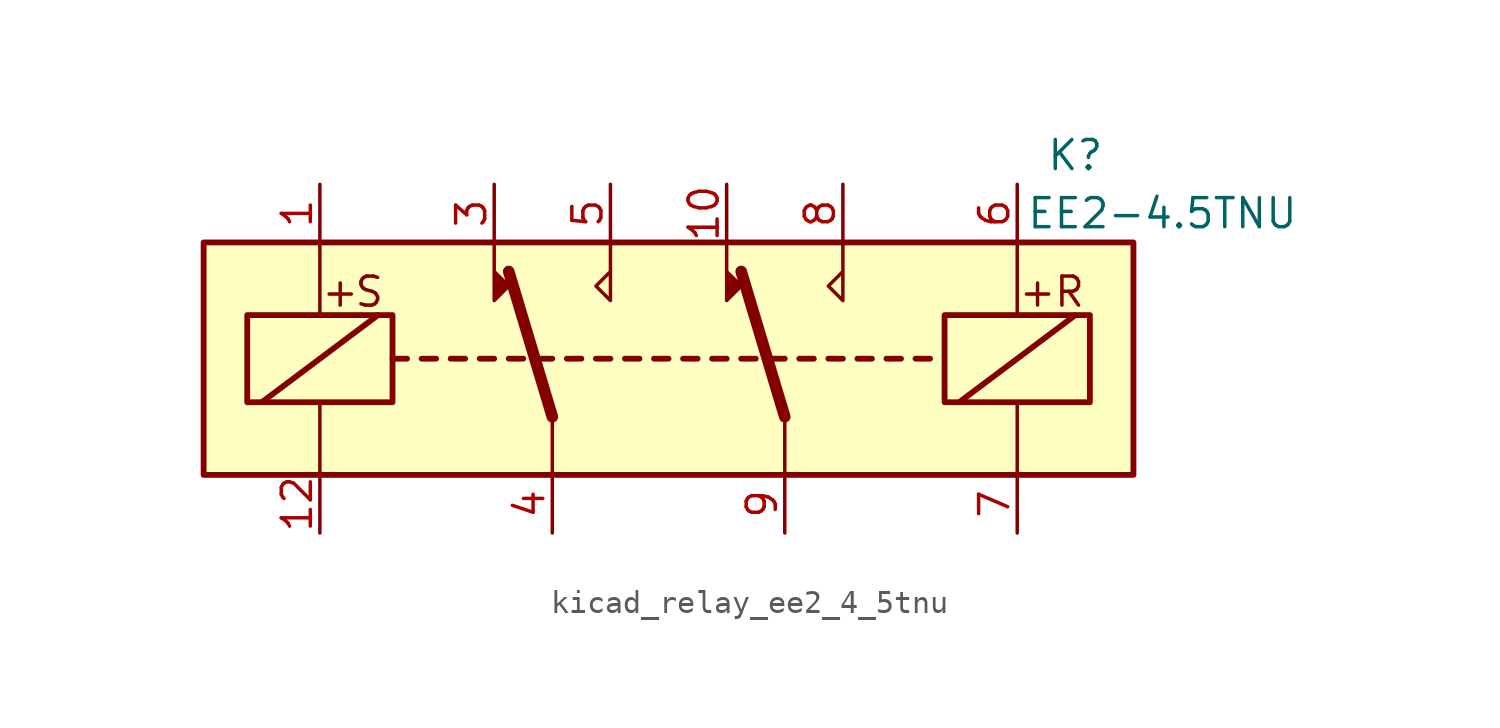
<source format=kicad_sym>
(kicad_symbol_lib
  (version 20220914)
  (generator kicad_symbol_editor)
  (symbol "kicad_relay_ee2_4_5tnu"
    (property "Reference" "K"
      (at 17.78 8.89 0)
      (effects (font (size 1.27 1.27))))
    (property "Value" "EE2-4.5TNU"
      (at 21.59 6.35 0)
      (effects (font (size 1.27 1.27))))
    (symbol "kicad_relay_ee2_4_5tnu_1_1"
      (rectangle (start -20.32 5.08) (end 20.32 -5.08) (stroke (width 0.254) (type default)) (fill (type background)))
      (rectangle (start -18.415 1.905) (end -12.065 -1.905) (stroke (width 0.254) (type default)) (fill (type none)))
      (polyline (pts (xy -17.78 -1.905) (xy -12.7 1.905)) (stroke (width 0.254) (type default)) (fill (type none)))
      (polyline (pts (xy -15.24 -5.08) (xy -15.24 -1.905)) (stroke (width 0) (type default)) (fill (type none)))
      (polyline (pts (xy -15.24 5.08) (xy -15.24 1.905)) (stroke (width 0) (type default)) (fill (type none)))
      (polyline (pts (xy -12.065 0) (xy -11.43 0)) (stroke (width 0.254) (type default)) (fill (type none)))
      (polyline (pts (xy -10.795 0) (xy -10.16 0)) (stroke (width 0.254) (type default)) (fill (type none)))
      (polyline (pts (xy -9.525 0) (xy -8.89 0)) (stroke (width 0.254) (type default)) (fill (type none)))
      (polyline (pts (xy -8.255 0) (xy -7.62 0)) (stroke (width 0.254) (type default)) (fill (type none)))
      (polyline (pts (xy -6.985 0) (xy -6.35 0)) (stroke (width 0.254) (type default)) (fill (type none)))
      (polyline (pts (xy -5.715 0) (xy -5.08 0)) (stroke (width 0.254) (type default)) (fill (type none)))
      (polyline (pts (xy -5.08 -2.54) (xy -6.985 3.81)) (stroke (width 0.508) (type default)) (fill (type none)))
      (polyline (pts (xy -5.08 -2.54) (xy -5.08 -5.08)) (stroke (width 0) (type default)) (fill (type none)))
      (polyline (pts (xy -4.445 0) (xy -3.81 0)) (stroke (width 0.254) (type default)) (fill (type none)))
      (polyline (pts (xy -3.175 0) (xy -2.54 0)) (stroke (width 0.254) (type default)) (fill (type none)))
      (polyline (pts (xy -1.905 0) (xy -1.27 0)) (stroke (width 0.254) (type default)) (fill (type none)))
      (polyline (pts (xy -0.635 0) (xy 0 0)) (stroke (width 0.254) (type default)) (fill (type none)))
      (polyline (pts (xy 0.635 0) (xy 1.27 0)) (stroke (width 0.254) (type default)) (fill (type none)))
      (polyline (pts (xy 1.905 0) (xy 2.54 0)) (stroke (width 0.254) (type default)) (fill (type none)))
      (polyline (pts (xy 3.175 0) (xy 3.81 0)) (stroke (width 0.254) (type default)) (fill (type none)))
      (polyline (pts (xy 4.445 0) (xy 5.08 0)) (stroke (width 0.254) (type default)) (fill (type none)))
      (polyline (pts (xy 5.08 -2.54) (xy 3.175 3.81)) (stroke (width 0.508) (type default)) (fill (type none)))
      (polyline (pts (xy 5.08 -2.54) (xy 5.08 -5.08)) (stroke (width 0) (type default)) (fill (type none)))
      (polyline (pts (xy 5.715 0) (xy 6.35 0)) (stroke (width 0.254) (type default)) (fill (type none)))
      (polyline (pts (xy 6.985 0) (xy 7.62 0)) (stroke (width 0.254) (type default)) (fill (type none)))
      (polyline (pts (xy 8.255 0) (xy 8.89 0)) (stroke (width 0.254) (type default)) (fill (type none)))
      (polyline (pts (xy 9.525 0) (xy 10.16 0)) (stroke (width 0.254) (type default)) (fill (type none)))
      (polyline (pts (xy 10.795 0) (xy 11.43 0)) (stroke (width 0.254) (type default)) (fill (type none)))
      (polyline (pts (xy 12.7 -1.905) (xy 17.78 1.905)) (stroke (width 0.254) (type default)) (fill (type none)))
      (polyline (pts (xy 15.24 -5.08) (xy 15.24 -1.905)) (stroke (width 0) (type default)) (fill (type none)))
      (polyline (pts (xy 15.24 5.08) (xy 15.24 1.905)) (stroke (width 0) (type default)) (fill (type none)))
      (polyline (pts (xy -7.62 5.08) (xy -7.62 2.54) (xy -6.985 3.175) (xy -7.62 3.81)) (stroke (width 0) (type default)) (fill (type outline)))
      (polyline (pts (xy -2.54 5.08) (xy -2.54 2.54) (xy -3.175 3.175) (xy -2.54 3.81)) (stroke (width 0) (type default)) (fill (type none)))
      (polyline (pts (xy 2.54 5.08) (xy 2.54 2.54) (xy 3.175 3.175) (xy 2.54 3.81)) (stroke (width 0) (type default)) (fill (type outline)))
      (polyline (pts (xy 7.62 5.08) (xy 7.62 2.54) (xy 6.985 3.175) (xy 7.62 3.81)) (stroke (width 0) (type default)) (fill (type none)))
      (rectangle (start 12.065 1.905) (end 18.415 -1.905) (stroke (width 0.254) (type default)) (fill (type none)))
      (text "+" (at -14.351 2.921 0) (effects (font (size 1.27 1.27))))
      (text "+" (at 16.129 2.921 0) (effects (font (size 1.27 1.27))))
      (text "R" (at 17.526 2.921 0) (effects (font (size 1.27 1.27))))
      (text "S" (at -13.081 2.921 0) (effects (font (size 1.27 1.27))))
      (pin passive line (at -15.24 7.62 270) (length 2.54) (name "~" (effects (font (size 1.27 1.27)))) (number "1" (effects (font (size 1.27 1.27)))))
      (pin passive line (at 2.54 7.62 270) (length 2.54) (name "~" (effects (font (size 1.27 1.27)))) (number "10" (effects (font (size 1.27 1.27)))))
      (pin passive line (at -15.24 -7.62 90) (length 2.54) (name "~" (effects (font (size 1.27 1.27)))) (number "12" (effects (font (size 1.27 1.27)))))
      (pin passive line (at -7.62 7.62 270) (length 2.54) (name "~" (effects (font (size 1.27 1.27)))) (number "3" (effects (font (size 1.27 1.27)))))
      (pin passive line (at -5.08 -7.62 90) (length 2.54) (name "~" (effects (font (size 1.27 1.27)))) (number "4" (effects (font (size 1.27 1.27)))))
      (pin passive line (at -2.54 7.62 270) (length 2.54) (name "~" (effects (font (size 1.27 1.27)))) (number "5" (effects (font (size 1.27 1.27)))))
      (pin passive line (at 15.24 7.62 270) (length 2.54) (name "~" (effects (font (size 1.27 1.27)))) (number "6" (effects (font (size 1.27 1.27)))))
      (pin passive line (at 15.24 -7.62 90) (length 2.54) (name "~" (effects (font (size 1.27 1.27)))) (number "7" (effects (font (size 1.27 1.27)))))
      (pin passive line (at 7.62 7.62 270) (length 2.54) (name "~" (effects (font (size 1.27 1.27)))) (number "8" (effects (font (size 1.27 1.27)))))
      (pin passive line (at 5.08 -7.62 90) (length 2.54) (name "~" (effects (font (size 1.27 1.27)))) (number "9" (effects (font (size 1.27 1.27))))))))
</source>
